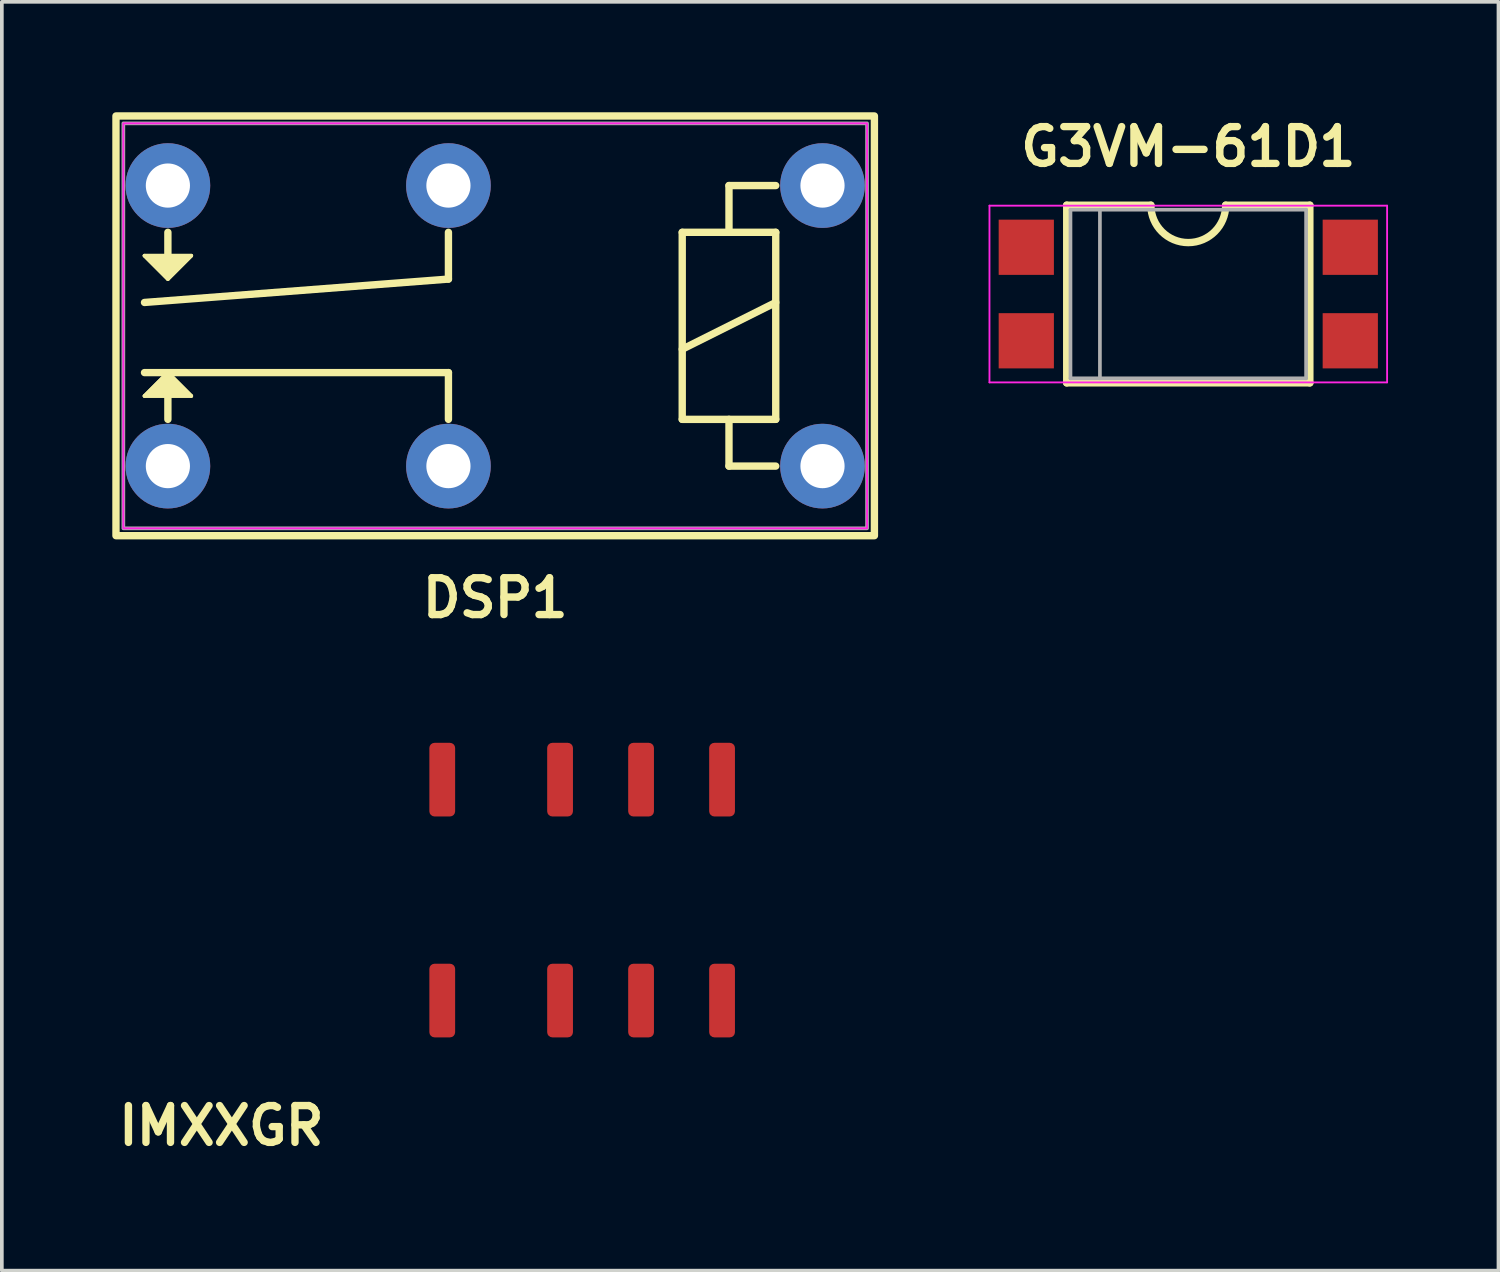
<source format=kicad_pcb>
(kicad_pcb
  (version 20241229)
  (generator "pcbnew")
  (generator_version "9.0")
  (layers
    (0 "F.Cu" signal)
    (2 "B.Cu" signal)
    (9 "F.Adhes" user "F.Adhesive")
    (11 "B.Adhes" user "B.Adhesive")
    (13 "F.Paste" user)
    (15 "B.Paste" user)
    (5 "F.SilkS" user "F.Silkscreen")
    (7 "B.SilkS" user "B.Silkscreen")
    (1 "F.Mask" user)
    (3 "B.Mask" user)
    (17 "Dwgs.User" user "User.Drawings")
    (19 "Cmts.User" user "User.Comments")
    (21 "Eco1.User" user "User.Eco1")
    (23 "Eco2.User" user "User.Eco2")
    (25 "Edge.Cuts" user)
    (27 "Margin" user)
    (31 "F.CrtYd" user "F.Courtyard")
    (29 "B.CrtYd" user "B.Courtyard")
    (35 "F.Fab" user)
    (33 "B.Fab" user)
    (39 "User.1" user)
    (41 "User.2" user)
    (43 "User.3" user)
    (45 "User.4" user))
  (footprint "G3VM-61D1"
    (layer "F.Cu")
    (at 29.225 4.936)
    (property "Reference" "G3VM-61D1" (at 0 -4 0) (layer "F.SilkS") (effects (font (size 1 1) (thickness 0.2))))
    (attr through_hole)
    (fp_line (start -3.302 -2.413) (end -3.302 2.413) (stroke (width 0.2) (type solid)) (layer "F.SilkS"))
    (fp_line (start -3.302 2.413) (end 3.302 2.413) (stroke (width 0.2) (type solid)) (layer "F.SilkS"))
    (fp_line (start -1.016 -2.413) (end -3.302 -2.413) (stroke (width 0.2) (type solid)) (layer "F.SilkS"))
    (fp_line (start 3.302 -2.413) (end 1.016 -2.413) (stroke (width 0.2) (type solid)) (layer "F.SilkS"))
    (fp_line (start 3.302 2.413) (end 3.302 -2.413) (stroke (width 0.2) (type solid)) (layer "F.SilkS"))
    (fp_arc (start 1.016 -2.413) (mid 0 -1.397) (end -1.016 -2.413) (stroke (width 0.2) (type solid)) (layer "F.SilkS"))
    (fp_line (start -5.4 -2.4) (end 5.4 -2.4) (stroke (width 0.05) (type solid)) (layer "F.CrtYd"))
    (fp_line (start -5.4 2.4) (end -5.4 -2.4) (stroke (width 0.05) (type solid)) (layer "F.CrtYd"))
    (fp_line (start 5.4 -2.4) (end 5.4 2.4) (stroke (width 0.05) (type solid)) (layer "F.CrtYd"))
    (fp_line (start 5.4 2.4) (end -5.4 2.4) (stroke (width 0.05) (type solid)) (layer "F.CrtYd"))
    (fp_line (start -3.2 -2.29) (end 3.2 -2.29) (stroke (width 0.1) (type solid)) (layer "F.Fab"))
    (fp_line (start -3.2 2.29) (end -3.2 -2.29) (stroke (width 0.1) (type solid)) (layer "F.Fab"))
    (fp_line (start -2.4 -2.29) (end -2.4 2.29) (stroke (width 0.1) (type solid)) (layer "F.Fab"))
    (fp_line (start 3.2 -2.29) (end 3.2 2.29) (stroke (width 0.1) (type solid)) (layer "F.Fab"))
    (fp_line (start 3.2 2.29) (end -3.2 2.29) (stroke (width 0.1) (type solid)) (layer "F.Fab"))
    (pad "1" smd rect (at -4.4 -1.27) (size 1.5 1.5) (layers "F.Cu" "F.Mask" "F.Paste"))
    (pad "2" smd rect (at -4.4 1.27) (size 1.5 1.5) (layers "F.Cu" "F.Mask" "F.Paste"))
    (pad "3" smd rect (at 4.4 1.27) (size 1.5 1.5) (layers "F.Cu" "F.Mask" "F.Paste"))
    (pad "4" smd rect (at 4.4 -1.27) (size 1.5 1.5) (layers "F.Cu" "F.Mask" "F.Paste")))
  (footprint "DSP1"
    (layer "F.Cu")
    (at 1.51 1.99)
    (property "Reference" "DSP1" (at 8.89 11.2 0) (unlocked yes) (layer "F.SilkS") (effects (font (size 1 1) (thickness 0.2) (bold yes))))
    (attr through_hole)
    (fp_line (start -0.635 1.905) (end 0 2.54) (stroke (width 0.1) (type default)) (layer "F.SilkS"))
    (fp_line (start -0.635 5.715) (end 0.635 5.715) (stroke (width 0.1) (type default)) (layer "F.SilkS"))
    (fp_line (start 0 1.27) (end 0 1.905) (stroke (width 0.2) (type default)) (layer "F.SilkS"))
    (fp_line (start 0 2.54) (end 0.635 1.905) (stroke (width 0.1) (type default)) (layer "F.SilkS"))
    (fp_line (start 0 5.08) (end -0.635 5.715) (stroke (width 0.1) (type default)) (layer "F.SilkS"))
    (fp_line (start 0 6.35) (end 0 5.715) (stroke (width 0.2) (type default)) (layer "F.SilkS"))
    (fp_line (start 0.635 1.905) (end -0.635 1.905) (stroke (width 0.1) (type default)) (layer "F.SilkS"))
    (fp_line (start 0.635 5.715) (end 0 5.08) (stroke (width 0.1) (type default)) (layer "F.SilkS"))
    (fp_line (start 7.62 1.27) (end 7.62 2.54) (stroke (width 0.2) (type default)) (layer "F.SilkS"))
    (fp_line (start 7.62 2.54) (end -0.635 3.175) (stroke (width 0.2) (type default)) (layer "F.SilkS"))
    (fp_line (start 7.62 5.08) (end -0.635 5.08) (stroke (width 0.2) (type default)) (layer "F.SilkS"))
    (fp_line (start 7.62 6.35) (end 7.62 5.08) (stroke (width 0.2) (type default)) (layer "F.SilkS"))
    (fp_line (start 13.97 1.27) (end 13.97 6.35) (stroke (width 0.2) (type solid)) (layer "F.SilkS"))
    (fp_line (start 13.97 6.35) (end 16.51 6.35) (stroke (width 0.2) (type solid)) (layer "F.SilkS"))
    (fp_line (start 15.24 0) (end 15.24 1.27) (stroke (width 0.2) (type solid)) (layer "F.SilkS"))
    (fp_line (start 15.24 1.27) (end 13.97 1.27) (stroke (width 0.2) (type solid)) (layer "F.SilkS"))
    (fp_line (start 15.24 6.35) (end 15.24 7.62) (stroke (width 0.2) (type solid)) (layer "F.SilkS"))
    (fp_line (start 15.24 7.62) (end 16.51 7.62) (stroke (width 0.2) (type solid)) (layer "F.SilkS"))
    (fp_line (start 16.51 0) (end 15.24 0) (stroke (width 0.2) (type solid)) (layer "F.SilkS"))
    (fp_line (start 16.51 1.27) (end 15.24 1.27) (stroke (width 0.2) (type solid)) (layer "F.SilkS"))
    (fp_line (start 16.51 3.175) (end 13.97 4.445) (stroke (width 0.2) (type solid)) (layer "F.SilkS"))
    (fp_line (start 16.51 6.35) (end 16.51 1.27) (stroke (width 0.2) (type solid)) (layer "F.SilkS"))
    (fp_rect (start -1.41 -1.89) (end 19.19 9.51) (stroke (width 0.2) (type default)) (fill no) (layer "F.SilkS"))
    (fp_poly (pts (xy -0.635 1.905) (xy 0 2.54) (xy 0.635 1.905)) (stroke (width 0.1) (type solid)) (fill yes) (layer "F.SilkS"))
    (fp_poly (pts (xy -0.635 5.715) (xy 0 5.08) (xy 0.635 5.715)) (stroke (width 0.1) (type solid)) (fill yes) (layer "F.SilkS"))
    (fp_rect (start -1.21 -1.69) (end 18.99 9.31) (stroke (width 0.05) (type default)) (fill no) (layer "F.CrtYd"))
    (fp_rect (start -1.21 -1.69) (end 18.99 9.31) (stroke (width 0.1) (type default)) (fill no) (layer "F.Fab"))
    (pad "1" thru_hole circle (at 17.78 0) (size 2.3 2.3) (drill 1.2) (layers "*.Cu" "*.Mask"))
    (pad "5" thru_hole circle (at 7.62 0) (size 2.3 2.3) (drill 1.2) (layers "*.Cu" "*.Mask"))
    (pad "8" thru_hole circle (at 0 0) (size 2.3 2.3) (drill 1.2) (layers "*.Cu" "*.Mask"))
    (pad "9" thru_hole circle (at 0 7.62) (size 2.3 2.3) (drill 1.2) (layers "*.Cu" "*.Mask"))
    (pad "12" thru_hole circle (at 7.62 7.62) (size 2.3 2.3) (drill 1.2) (layers "*.Cu" "*.Mask"))
    (pad "16" thru_hole circle (at 17.78 7.62) (size 2.3 2.3) (drill 1.2) (layers "*.Cu" "*.Mask")))
  (footprint "IMXXGR"
    (layer "F.Cu")
    (at 8.962 24.126)
    (property "Reference" "IMXXGR" (at -6 3.4 0) (layer "F.SilkS") (effects (font (size 1 1) (thickness 0.2))))
    (attr through_hole)
    (pad "1" smd roundrect (at 0 0) (size 0.7 2) (layers "F.Cu" "F.Mask" "F.Paste") (roundrect_rratio 0.2))
    (pad "2" smd roundrect (at 3.2 0) (size 0.7 2) (layers "F.Cu" "F.Mask" "F.Paste") (roundrect_rratio 0.2))
    (pad "3" smd roundrect (at 5.4 0) (size 0.7 2) (layers "F.Cu" "F.Mask" "F.Paste") (roundrect_rratio 0.2))
    (pad "4" smd roundrect (at 7.6 0) (size 0.7 2) (layers "F.Cu" "F.Mask" "F.Paste") (roundrect_rratio 0.2))
    (pad "5" smd roundrect (at 7.6 -6) (size 0.7 2) (layers "F.Cu" "F.Mask" "F.Paste") (roundrect_rratio 0.2))
    (pad "6" smd roundrect (at 5.4 -6) (size 0.7 2) (layers "F.Cu" "F.Mask" "F.Paste") (roundrect_rratio 0.2))
    (pad "7" smd roundrect (at 3.2 -6) (size 0.7 2) (layers "F.Cu" "F.Mask" "F.Paste") (roundrect_rratio 0.2))
    (pad "8" smd roundrect (at 0 -6) (size 0.7 2) (layers "F.Cu" "F.Mask" "F.Paste") (roundrect_rratio 0.2)))
  (gr_rect
    (start -3 -3)
    (end 37.65 31.462)
    (stroke (width 0.1) (type default))
    (fill no)
    (layer "Edge.Cuts")))
</source>
